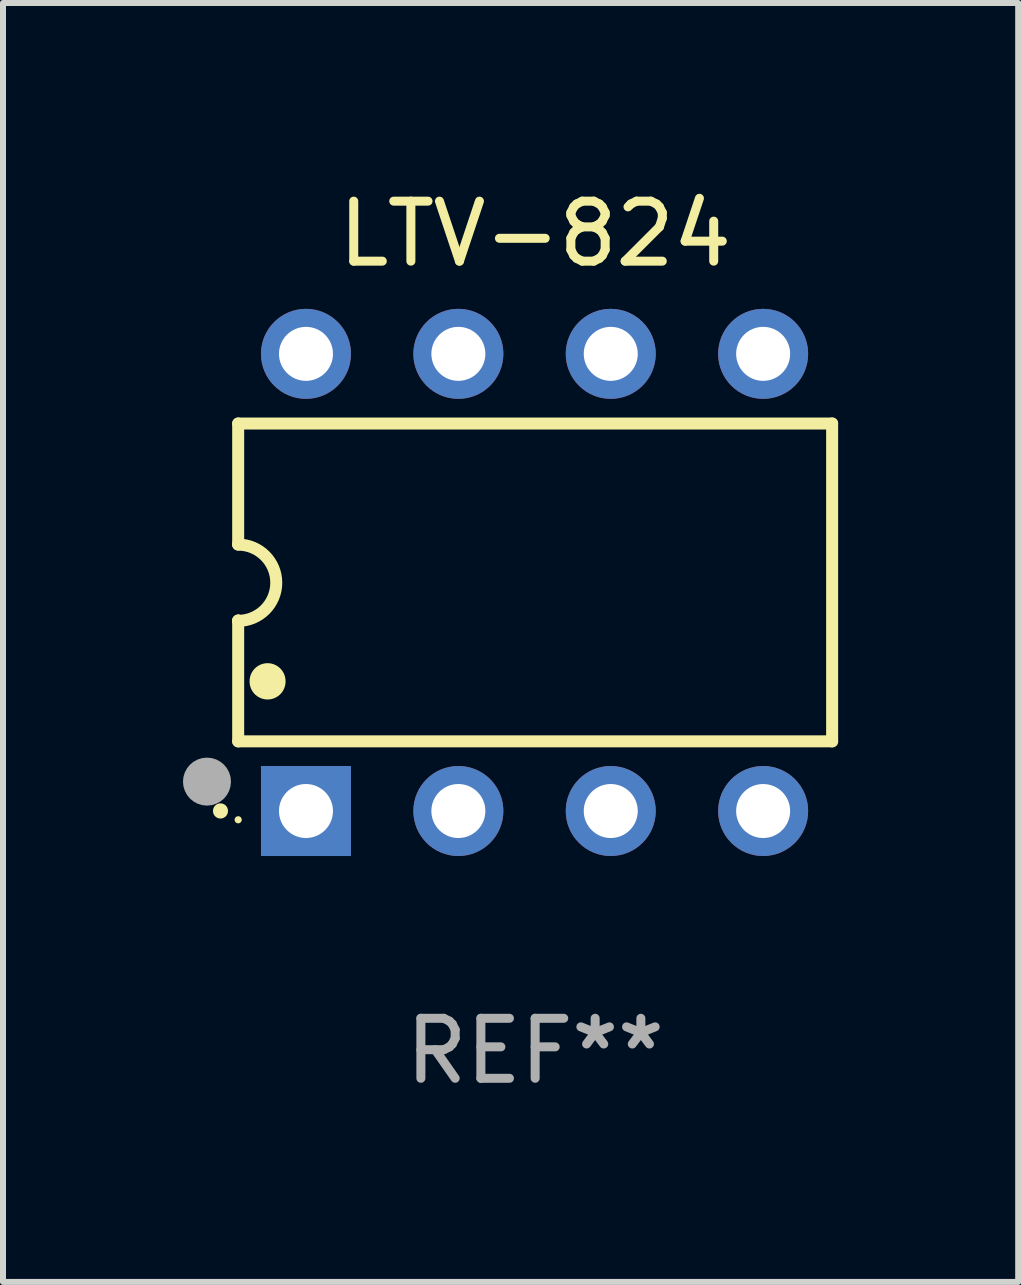
<source format=kicad_pcb>
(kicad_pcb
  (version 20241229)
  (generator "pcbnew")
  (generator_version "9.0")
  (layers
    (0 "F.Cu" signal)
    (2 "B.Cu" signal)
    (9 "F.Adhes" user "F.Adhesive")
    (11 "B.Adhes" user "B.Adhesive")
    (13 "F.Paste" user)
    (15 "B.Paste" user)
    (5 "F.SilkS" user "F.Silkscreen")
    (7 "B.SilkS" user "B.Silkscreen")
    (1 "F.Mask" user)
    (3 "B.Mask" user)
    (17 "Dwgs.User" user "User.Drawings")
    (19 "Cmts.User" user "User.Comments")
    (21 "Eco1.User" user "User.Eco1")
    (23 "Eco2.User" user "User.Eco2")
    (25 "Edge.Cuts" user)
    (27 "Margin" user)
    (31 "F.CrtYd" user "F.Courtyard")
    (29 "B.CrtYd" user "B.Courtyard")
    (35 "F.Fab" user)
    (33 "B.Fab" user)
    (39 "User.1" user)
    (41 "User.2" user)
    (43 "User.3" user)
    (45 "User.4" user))
  (footprint "LTV-824"
    (layer "F.Cu")
    (at 5.87 6.658)
    (property "Reference" "LTV-824" (at 0 -5.81 0) (layer "F.SilkS") (effects (font (size 1 1) (thickness 0.15))))
    (attr through_hole)
    (fp_line (start -4.95 -2.649) (end 4.95 -2.649) (stroke (width 0.2) (type solid)) (layer "F.SilkS"))
    (fp_line (start -4.95 -0.635) (end -4.95 -2.649) (stroke (width 0.2) (type solid)) (layer "F.SilkS"))
    (fp_line (start -4.95 0.635) (end -4.95 0.64) (stroke (width 0.2) (type solid)) (layer "F.SilkS"))
    (fp_line (start -4.95 2.649) (end -4.95 0.635) (stroke (width 0.2) (type solid)) (layer "F.SilkS"))
    (fp_line (start -4.95 -0.64) (end -4.95 -0.635) (stroke (width 0.2) (type solid)) (layer "F.SilkS"))
    (fp_line (start 4.95 -2.649) (end 4.95 2.649) (stroke (width 0.2) (type solid)) (layer "F.SilkS"))
    (fp_line (start 4.95 2.649) (end -4.95 2.649) (stroke (width 0.2) (type solid)) (layer "F.SilkS"))
    (fp_arc (start -5.24511 3.810008) (mid -5.245117 3.808738) (end -5.24511 3.807468) (stroke (width 0.25) (type solid)) (layer "F.SilkS"))
    (fp_arc (start -4.950165 -0.629997) (mid -4.315164 0.005004) (end -4.950165 0.640005) (stroke (width 0.2) (type solid)) (layer "F.SilkS"))
    (fp_arc (start -4.460249 1.651003) (mid -4.46026 1.648463) (end -4.460249 1.645923) (stroke (width 0.6) (type solid)) (layer "F.SilkS"))
    (fp_circle (center -4.95 3.956) (end -4.92 3.956) (stroke (width 0.06) (type solid)) (fill no) (layer "F.SilkS"))
    (fp_circle (center -5.47 3.32) (end -5.27 3.32) (stroke (width 0.4) (type solid)) (fill no) (layer "F.Fab"))
    (fp_text user "REF**" (at 0 7.81 0) (layer "F.Fab") (effects (font (size 1 1) (thickness 0.15))))
    (pad "1" thru_hole rect (at -3.82 3.81) (size 1.5 1.5) (drill 0.9) (layers "*.Cu" "*.Mask"))
    (pad "2" thru_hole circle (at -1.28 3.81) (size 1.5 1.5) (drill 0.9) (layers "*.Cu" "*.Mask"))
    (pad "3" thru_hole circle (at 1.26 3.81) (size 1.5 1.5) (drill 0.9) (layers "*.Cu" "*.Mask"))
    (pad "4" thru_hole circle (at 3.8 3.81) (size 1.5 1.5) (drill 0.9) (layers "*.Cu" "*.Mask"))
    (pad "5" thru_hole circle (at 3.8 -3.81) (size 1.5 1.5) (drill 0.9) (layers "*.Cu" "*.Mask"))
    (pad "6" thru_hole circle (at 1.26 -3.81) (size 1.5 1.5) (drill 0.9) (layers "*.Cu" "*.Mask"))
    (pad "7" thru_hole circle (at -1.28 -3.81) (size 1.5 1.5) (drill 0.9) (layers "*.Cu" "*.Mask"))
    (pad "8" thru_hole circle (at -3.82 -3.81) (size 1.5 1.5) (drill 0.9) (layers "*.Cu" "*.Mask")))
  (gr_rect
    (start -3 -3)
    (end 13.921 18.317)
    (stroke (width 0.1) (type default))
    (fill no)
    (layer "Edge.Cuts")))
</source>
